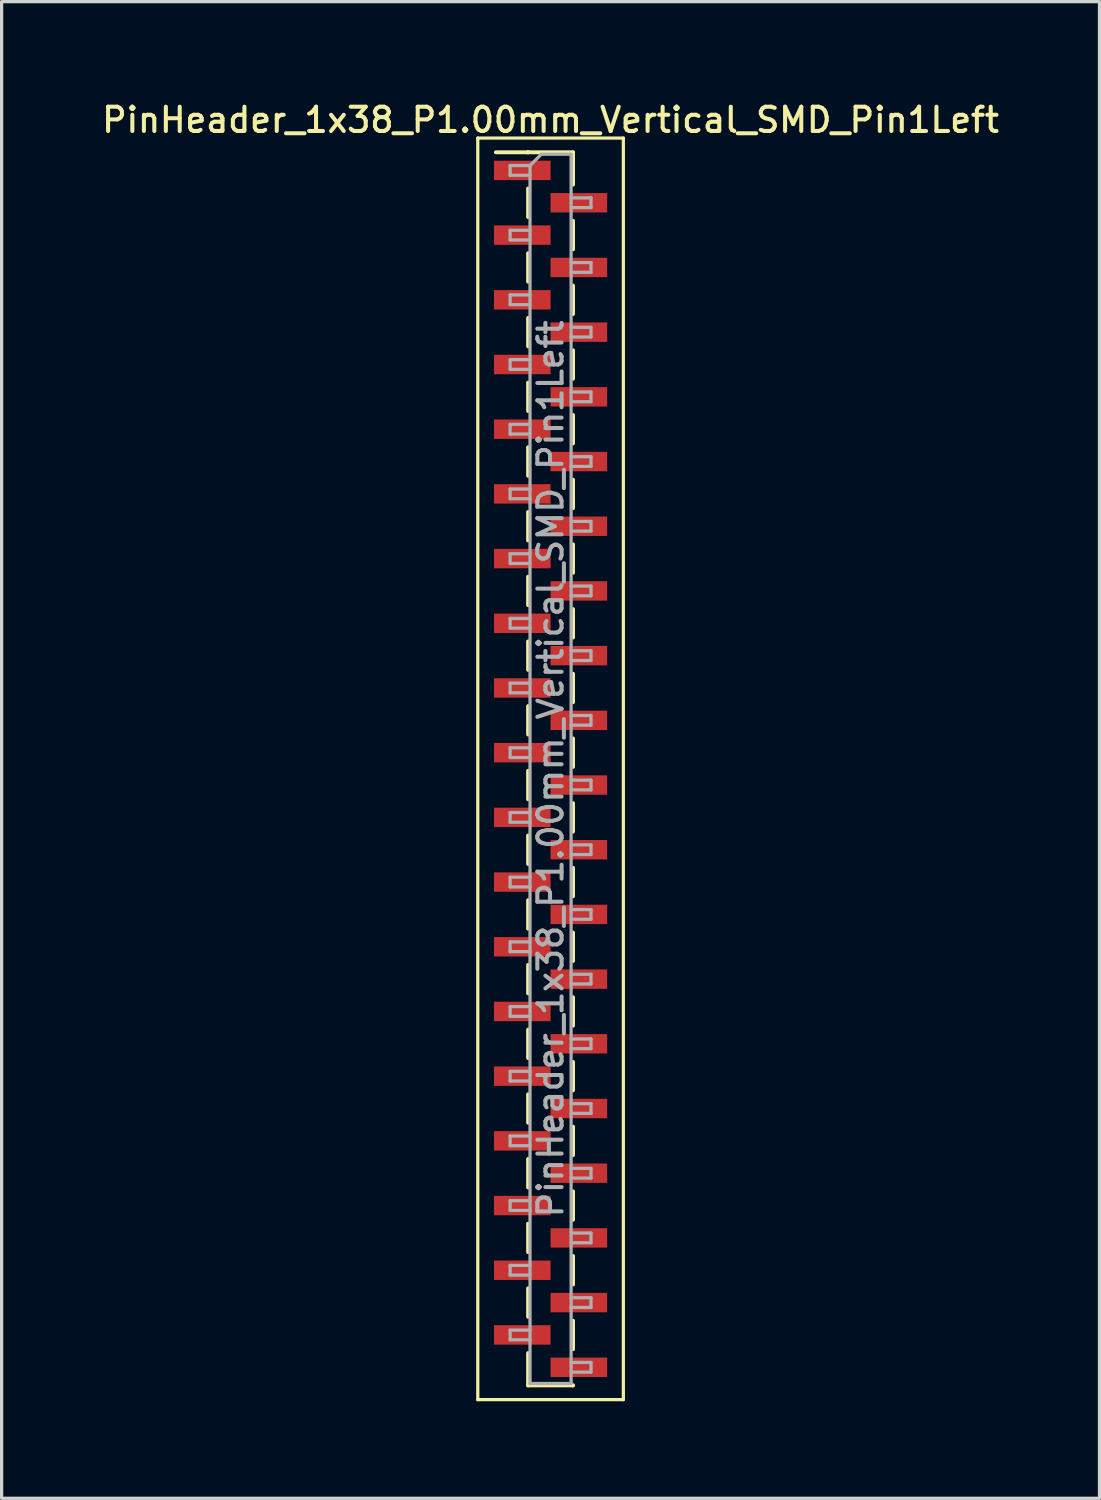
<source format=kicad_pcb>
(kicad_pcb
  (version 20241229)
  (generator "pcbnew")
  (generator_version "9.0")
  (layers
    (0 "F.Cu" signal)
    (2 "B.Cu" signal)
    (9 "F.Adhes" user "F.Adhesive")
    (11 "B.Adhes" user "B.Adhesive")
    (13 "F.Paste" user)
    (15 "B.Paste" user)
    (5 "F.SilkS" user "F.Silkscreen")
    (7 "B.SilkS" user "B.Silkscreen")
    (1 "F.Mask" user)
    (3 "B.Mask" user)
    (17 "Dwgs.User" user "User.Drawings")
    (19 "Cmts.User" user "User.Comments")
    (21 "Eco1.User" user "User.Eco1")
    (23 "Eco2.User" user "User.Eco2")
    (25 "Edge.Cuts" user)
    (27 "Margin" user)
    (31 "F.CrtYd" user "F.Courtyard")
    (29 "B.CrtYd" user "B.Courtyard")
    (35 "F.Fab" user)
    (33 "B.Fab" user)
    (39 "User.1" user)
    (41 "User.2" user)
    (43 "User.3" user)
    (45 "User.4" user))
  (footprint "PinHeader_1x38_P1.00mm_Vertical_SMD_Pin1Left"
    (layer "F.Cu")
    (at 13.97 20.718)
    (property "Reference" "PinHeader_1x38_P1.00mm_Vertical_SMD_Pin1Left" (at 0 -20.06 0) (layer "F.SilkS") (effects (font (size 0.75 0.75) (thickness 0.125))))
    (attr smd)
    (fp_line (start -2.25 -19.5) (end -2.25 19.5) (stroke (width 0.1) (type solid)) (layer "F.SilkS"))
    (fp_line (start -2.25 19.5) (end 2.25 19.5) (stroke (width 0.1) (type solid)) (layer "F.SilkS"))
    (fp_line (start -0.695 -19.06) (end -1.69 -19.06) (stroke (width 0.12) (type solid)) (layer "F.SilkS"))
    (fp_line (start -0.695 -19.06) (end -0.695 -19.06) (stroke (width 0.12) (type solid)) (layer "F.SilkS"))
    (fp_line (start -0.695 -19.06) (end 0.695 -19.06) (stroke (width 0.12) (type solid)) (layer "F.SilkS"))
    (fp_line (start -0.695 -17.94) (end -0.695 -17.06) (stroke (width 0.12) (type solid)) (layer "F.SilkS"))
    (fp_line (start -0.695 -15.94) (end -0.695 -15.06) (stroke (width 0.12) (type solid)) (layer "F.SilkS"))
    (fp_line (start -0.695 -13.94) (end -0.695 -13.06) (stroke (width 0.12) (type solid)) (layer "F.SilkS"))
    (fp_line (start -0.695 -11.94) (end -0.695 -11.06) (stroke (width 0.12) (type solid)) (layer "F.SilkS"))
    (fp_line (start -0.695 -9.94) (end -0.695 -9.06) (stroke (width 0.12) (type solid)) (layer "F.SilkS"))
    (fp_line (start -0.695 -7.94) (end -0.695 -7.06) (stroke (width 0.12) (type solid)) (layer "F.SilkS"))
    (fp_line (start -0.695 -5.94) (end -0.695 -5.06) (stroke (width 0.12) (type solid)) (layer "F.SilkS"))
    (fp_line (start -0.695 -3.94) (end -0.695 -3.06) (stroke (width 0.12) (type solid)) (layer "F.SilkS"))
    (fp_line (start -0.695 -1.94) (end -0.695 -1.06) (stroke (width 0.12) (type solid)) (layer "F.SilkS"))
    (fp_line (start -0.695 0.06) (end -0.695 0.94) (stroke (width 0.12) (type solid)) (layer "F.SilkS"))
    (fp_line (start -0.695 2.06) (end -0.695 2.94) (stroke (width 0.12) (type solid)) (layer "F.SilkS"))
    (fp_line (start -0.695 4.06) (end -0.695 4.94) (stroke (width 0.12) (type solid)) (layer "F.SilkS"))
    (fp_line (start -0.695 6.06) (end -0.695 6.94) (stroke (width 0.12) (type solid)) (layer "F.SilkS"))
    (fp_line (start -0.695 8.06) (end -0.695 8.94) (stroke (width 0.12) (type solid)) (layer "F.SilkS"))
    (fp_line (start -0.695 10.06) (end -0.695 10.94) (stroke (width 0.12) (type solid)) (layer "F.SilkS"))
    (fp_line (start -0.695 12.06) (end -0.695 12.94) (stroke (width 0.12) (type solid)) (layer "F.SilkS"))
    (fp_line (start -0.695 14.06) (end -0.695 14.94) (stroke (width 0.12) (type solid)) (layer "F.SilkS"))
    (fp_line (start -0.695 16.06) (end -0.695 16.94) (stroke (width 0.12) (type solid)) (layer "F.SilkS"))
    (fp_line (start -0.695 18.06) (end -0.695 19.06) (stroke (width 0.12) (type solid)) (layer "F.SilkS"))
    (fp_line (start -0.695 19.06) (end 0.695 19.06) (stroke (width 0.12) (type solid)) (layer "F.SilkS"))
    (fp_line (start 0.695 -19.06) (end 0.695 -18.06) (stroke (width 0.12) (type solid)) (layer "F.SilkS"))
    (fp_line (start 0.695 -16.94) (end 0.695 -16.06) (stroke (width 0.12) (type solid)) (layer "F.SilkS"))
    (fp_line (start 0.695 -14.94) (end 0.695 -14.06) (stroke (width 0.12) (type solid)) (layer "F.SilkS"))
    (fp_line (start 0.695 -12.94) (end 0.695 -12.06) (stroke (width 0.12) (type solid)) (layer "F.SilkS"))
    (fp_line (start 0.695 -10.94) (end 0.695 -10.06) (stroke (width 0.12) (type solid)) (layer "F.SilkS"))
    (fp_line (start 0.695 -8.94) (end 0.695 -8.06) (stroke (width 0.12) (type solid)) (layer "F.SilkS"))
    (fp_line (start 0.695 -6.94) (end 0.695 -6.06) (stroke (width 0.12) (type solid)) (layer "F.SilkS"))
    (fp_line (start 0.695 -4.94) (end 0.695 -4.06) (stroke (width 0.12) (type solid)) (layer "F.SilkS"))
    (fp_line (start 0.695 -2.94) (end 0.695 -2.06) (stroke (width 0.12) (type solid)) (layer "F.SilkS"))
    (fp_line (start 0.695 -0.94) (end 0.695 -0.06) (stroke (width 0.12) (type solid)) (layer "F.SilkS"))
    (fp_line (start 0.695 1.06) (end 0.695 1.94) (stroke (width 0.12) (type solid)) (layer "F.SilkS"))
    (fp_line (start 0.695 3.06) (end 0.695 3.94) (stroke (width 0.12) (type solid)) (layer "F.SilkS"))
    (fp_line (start 0.695 5.06) (end 0.695 5.94) (stroke (width 0.12) (type solid)) (layer "F.SilkS"))
    (fp_line (start 0.695 7.06) (end 0.695 7.94) (stroke (width 0.12) (type solid)) (layer "F.SilkS"))
    (fp_line (start 0.695 9.06) (end 0.695 9.94) (stroke (width 0.12) (type solid)) (layer "F.SilkS"))
    (fp_line (start 0.695 11.06) (end 0.695 11.94) (stroke (width 0.12) (type solid)) (layer "F.SilkS"))
    (fp_line (start 0.695 13.06) (end 0.695 13.94) (stroke (width 0.12) (type solid)) (layer "F.SilkS"))
    (fp_line (start 0.695 15.06) (end 0.695 15.94) (stroke (width 0.12) (type solid)) (layer "F.SilkS"))
    (fp_line (start 0.695 17.06) (end 0.695 17.94) (stroke (width 0.12) (type solid)) (layer "F.SilkS"))
    (fp_line (start 0.695 19.06) (end 0.695 19.06) (stroke (width 0.12) (type solid)) (layer "F.SilkS"))
    (fp_line (start 2.25 -19.5) (end -2.25 -19.5) (stroke (width 0.1) (type solid)) (layer "F.SilkS"))
    (fp_line (start 2.25 19.5) (end 2.25 -19.5) (stroke (width 0.1) (type solid)) (layer "F.SilkS"))
    (fp_line (start -1.25 -18.65) (end -1.25 -18.35) (stroke (width 0.1) (type solid)) (layer "F.Fab"))
    (fp_line (start -1.25 -18.35) (end -0.635 -18.35) (stroke (width 0.1) (type solid)) (layer "F.Fab"))
    (fp_line (start -1.25 -16.65) (end -1.25 -16.35) (stroke (width 0.1) (type solid)) (layer "F.Fab"))
    (fp_line (start -1.25 -16.35) (end -0.635 -16.35) (stroke (width 0.1) (type solid)) (layer "F.Fab"))
    (fp_line (start -1.25 -14.65) (end -1.25 -14.35) (stroke (width 0.1) (type solid)) (layer "F.Fab"))
    (fp_line (start -1.25 -14.35) (end -0.635 -14.35) (stroke (width 0.1) (type solid)) (layer "F.Fab"))
    (fp_line (start -1.25 -12.65) (end -1.25 -12.35) (stroke (width 0.1) (type solid)) (layer "F.Fab"))
    (fp_line (start -1.25 -12.35) (end -0.635 -12.35) (stroke (width 0.1) (type solid)) (layer "F.Fab"))
    (fp_line (start -1.25 -10.65) (end -1.25 -10.35) (stroke (width 0.1) (type solid)) (layer "F.Fab"))
    (fp_line (start -1.25 -10.35) (end -0.635 -10.35) (stroke (width 0.1) (type solid)) (layer "F.Fab"))
    (fp_line (start -1.25 -8.65) (end -1.25 -8.35) (stroke (width 0.1) (type solid)) (layer "F.Fab"))
    (fp_line (start -1.25 -8.35) (end -0.635 -8.35) (stroke (width 0.1) (type solid)) (layer "F.Fab"))
    (fp_line (start -1.25 -6.65) (end -1.25 -6.35) (stroke (width 0.1) (type solid)) (layer "F.Fab"))
    (fp_line (start -1.25 -6.35) (end -0.635 -6.35) (stroke (width 0.1) (type solid)) (layer "F.Fab"))
    (fp_line (start -1.25 -4.65) (end -1.25 -4.35) (stroke (width 0.1) (type solid)) (layer "F.Fab"))
    (fp_line (start -1.25 -4.35) (end -0.635 -4.35) (stroke (width 0.1) (type solid)) (layer "F.Fab"))
    (fp_line (start -1.25 -2.65) (end -1.25 -2.35) (stroke (width 0.1) (type solid)) (layer "F.Fab"))
    (fp_line (start -1.25 -2.35) (end -0.635 -2.35) (stroke (width 0.1) (type solid)) (layer "F.Fab"))
    (fp_line (start -1.25 -0.65) (end -1.25 -0.35) (stroke (width 0.1) (type solid)) (layer "F.Fab"))
    (fp_line (start -1.25 -0.35) (end -0.635 -0.35) (stroke (width 0.1) (type solid)) (layer "F.Fab"))
    (fp_line (start -1.25 1.35) (end -1.25 1.65) (stroke (width 0.1) (type solid)) (layer "F.Fab"))
    (fp_line (start -1.25 1.65) (end -0.635 1.65) (stroke (width 0.1) (type solid)) (layer "F.Fab"))
    (fp_line (start -1.25 3.35) (end -1.25 3.65) (stroke (width 0.1) (type solid)) (layer "F.Fab"))
    (fp_line (start -1.25 3.65) (end -0.635 3.65) (stroke (width 0.1) (type solid)) (layer "F.Fab"))
    (fp_line (start -1.25 5.35) (end -1.25 5.65) (stroke (width 0.1) (type solid)) (layer "F.Fab"))
    (fp_line (start -1.25 5.65) (end -0.635 5.65) (stroke (width 0.1) (type solid)) (layer "F.Fab"))
    (fp_line (start -1.25 7.35) (end -1.25 7.65) (stroke (width 0.1) (type solid)) (layer "F.Fab"))
    (fp_line (start -1.25 7.65) (end -0.635 7.65) (stroke (width 0.1) (type solid)) (layer "F.Fab"))
    (fp_line (start -1.25 9.35) (end -1.25 9.65) (stroke (width 0.1) (type solid)) (layer "F.Fab"))
    (fp_line (start -1.25 9.65) (end -0.635 9.65) (stroke (width 0.1) (type solid)) (layer "F.Fab"))
    (fp_line (start -1.25 11.35) (end -1.25 11.65) (stroke (width 0.1) (type solid)) (layer "F.Fab"))
    (fp_line (start -1.25 11.65) (end -0.635 11.65) (stroke (width 0.1) (type solid)) (layer "F.Fab"))
    (fp_line (start -1.25 13.35) (end -1.25 13.65) (stroke (width 0.1) (type solid)) (layer "F.Fab"))
    (fp_line (start -1.25 13.65) (end -0.635 13.65) (stroke (width 0.1) (type solid)) (layer "F.Fab"))
    (fp_line (start -1.25 15.35) (end -1.25 15.65) (stroke (width 0.1) (type solid)) (layer "F.Fab"))
    (fp_line (start -1.25 15.65) (end -0.635 15.65) (stroke (width 0.1) (type solid)) (layer "F.Fab"))
    (fp_line (start -1.25 17.35) (end -1.25 17.65) (stroke (width 0.1) (type solid)) (layer "F.Fab"))
    (fp_line (start -1.25 17.65) (end -0.635 17.65) (stroke (width 0.1) (type solid)) (layer "F.Fab"))
    (fp_line (start -0.635 -18.65) (end -1.25 -18.65) (stroke (width 0.1) (type solid)) (layer "F.Fab"))
    (fp_line (start -0.635 -18.65) (end -0.285 -19) (stroke (width 0.1) (type solid)) (layer "F.Fab"))
    (fp_line (start -0.635 -16.65) (end -1.25 -16.65) (stroke (width 0.1) (type solid)) (layer "F.Fab"))
    (fp_line (start -0.635 -14.65) (end -1.25 -14.65) (stroke (width 0.1) (type solid)) (layer "F.Fab"))
    (fp_line (start -0.635 -12.65) (end -1.25 -12.65) (stroke (width 0.1) (type solid)) (layer "F.Fab"))
    (fp_line (start -0.635 -10.65) (end -1.25 -10.65) (stroke (width 0.1) (type solid)) (layer "F.Fab"))
    (fp_line (start -0.635 -8.65) (end -1.25 -8.65) (stroke (width 0.1) (type solid)) (layer "F.Fab"))
    (fp_line (start -0.635 -6.65) (end -1.25 -6.65) (stroke (width 0.1) (type solid)) (layer "F.Fab"))
    (fp_line (start -0.635 -4.65) (end -1.25 -4.65) (stroke (width 0.1) (type solid)) (layer "F.Fab"))
    (fp_line (start -0.635 -2.65) (end -1.25 -2.65) (stroke (width 0.1) (type solid)) (layer "F.Fab"))
    (fp_line (start -0.635 -0.65) (end -1.25 -0.65) (stroke (width 0.1) (type solid)) (layer "F.Fab"))
    (fp_line (start -0.635 1.35) (end -1.25 1.35) (stroke (width 0.1) (type solid)) (layer "F.Fab"))
    (fp_line (start -0.635 3.35) (end -1.25 3.35) (stroke (width 0.1) (type solid)) (layer "F.Fab"))
    (fp_line (start -0.635 5.35) (end -1.25 5.35) (stroke (width 0.1) (type solid)) (layer "F.Fab"))
    (fp_line (start -0.635 7.35) (end -1.25 7.35) (stroke (width 0.1) (type solid)) (layer "F.Fab"))
    (fp_line (start -0.635 9.35) (end -1.25 9.35) (stroke (width 0.1) (type solid)) (layer "F.Fab"))
    (fp_line (start -0.635 11.35) (end -1.25 11.35) (stroke (width 0.1) (type solid)) (layer "F.Fab"))
    (fp_line (start -0.635 13.35) (end -1.25 13.35) (stroke (width 0.1) (type solid)) (layer "F.Fab"))
    (fp_line (start -0.635 15.35) (end -1.25 15.35) (stroke (width 0.1) (type solid)) (layer "F.Fab"))
    (fp_line (start -0.635 17.35) (end -1.25 17.35) (stroke (width 0.1) (type solid)) (layer "F.Fab"))
    (fp_line (start -0.635 19) (end -0.635 -18.65) (stroke (width 0.1) (type solid)) (layer "F.Fab"))
    (fp_line (start -0.285 -19) (end 0.635 -19) (stroke (width 0.1) (type solid)) (layer "F.Fab"))
    (fp_line (start 0.635 -19) (end 0.635 19) (stroke (width 0.1) (type solid)) (layer "F.Fab"))
    (fp_line (start 0.635 -17.65) (end 1.25 -17.65) (stroke (width 0.1) (type solid)) (layer "F.Fab"))
    (fp_line (start 0.635 -15.65) (end 1.25 -15.65) (stroke (width 0.1) (type solid)) (layer "F.Fab"))
    (fp_line (start 0.635 -13.65) (end 1.25 -13.65) (stroke (width 0.1) (type solid)) (layer "F.Fab"))
    (fp_line (start 0.635 -11.65) (end 1.25 -11.65) (stroke (width 0.1) (type solid)) (layer "F.Fab"))
    (fp_line (start 0.635 -9.65) (end 1.25 -9.65) (stroke (width 0.1) (type solid)) (layer "F.Fab"))
    (fp_line (start 0.635 -7.65) (end 1.25 -7.65) (stroke (width 0.1) (type solid)) (layer "F.Fab"))
    (fp_line (start 0.635 -5.65) (end 1.25 -5.65) (stroke (width 0.1) (type solid)) (layer "F.Fab"))
    (fp_line (start 0.635 -3.65) (end 1.25 -3.65) (stroke (width 0.1) (type solid)) (layer "F.Fab"))
    (fp_line (start 0.635 -1.65) (end 1.25 -1.65) (stroke (width 0.1) (type solid)) (layer "F.Fab"))
    (fp_line (start 0.635 0.35) (end 1.25 0.35) (stroke (width 0.1) (type solid)) (layer "F.Fab"))
    (fp_line (start 0.635 2.35) (end 1.25 2.35) (stroke (width 0.1) (type solid)) (layer "F.Fab"))
    (fp_line (start 0.635 4.35) (end 1.25 4.35) (stroke (width 0.1) (type solid)) (layer "F.Fab"))
    (fp_line (start 0.635 6.35) (end 1.25 6.35) (stroke (width 0.1) (type solid)) (layer "F.Fab"))
    (fp_line (start 0.635 8.35) (end 1.25 8.35) (stroke (width 0.1) (type solid)) (layer "F.Fab"))
    (fp_line (start 0.635 10.35) (end 1.25 10.35) (stroke (width 0.1) (type solid)) (layer "F.Fab"))
    (fp_line (start 0.635 12.35) (end 1.25 12.35) (stroke (width 0.1) (type solid)) (layer "F.Fab"))
    (fp_line (start 0.635 14.35) (end 1.25 14.35) (stroke (width 0.1) (type solid)) (layer "F.Fab"))
    (fp_line (start 0.635 16.35) (end 1.25 16.35) (stroke (width 0.1) (type solid)) (layer "F.Fab"))
    (fp_line (start 0.635 18.35) (end 1.25 18.35) (stroke (width 0.1) (type solid)) (layer "F.Fab"))
    (fp_line (start 0.635 19) (end -0.635 19) (stroke (width 0.1) (type solid)) (layer "F.Fab"))
    (fp_line (start 1.25 -17.65) (end 1.25 -17.35) (stroke (width 0.1) (type solid)) (layer "F.Fab"))
    (fp_line (start 1.25 -17.35) (end 0.635 -17.35) (stroke (width 0.1) (type solid)) (layer "F.Fab"))
    (fp_line (start 1.25 -15.65) (end 1.25 -15.35) (stroke (width 0.1) (type solid)) (layer "F.Fab"))
    (fp_line (start 1.25 -15.35) (end 0.635 -15.35) (stroke (width 0.1) (type solid)) (layer "F.Fab"))
    (fp_line (start 1.25 -13.65) (end 1.25 -13.35) (stroke (width 0.1) (type solid)) (layer "F.Fab"))
    (fp_line (start 1.25 -13.35) (end 0.635 -13.35) (stroke (width 0.1) (type solid)) (layer "F.Fab"))
    (fp_line (start 1.25 -11.65) (end 1.25 -11.35) (stroke (width 0.1) (type solid)) (layer "F.Fab"))
    (fp_line (start 1.25 -11.35) (end 0.635 -11.35) (stroke (width 0.1) (type solid)) (layer "F.Fab"))
    (fp_line (start 1.25 -9.65) (end 1.25 -9.35) (stroke (width 0.1) (type solid)) (layer "F.Fab"))
    (fp_line (start 1.25 -9.35) (end 0.635 -9.35) (stroke (width 0.1) (type solid)) (layer "F.Fab"))
    (fp_line (start 1.25 -7.65) (end 1.25 -7.35) (stroke (width 0.1) (type solid)) (layer "F.Fab"))
    (fp_line (start 1.25 -7.35) (end 0.635 -7.35) (stroke (width 0.1) (type solid)) (layer "F.Fab"))
    (fp_line (start 1.25 -5.65) (end 1.25 -5.35) (stroke (width 0.1) (type solid)) (layer "F.Fab"))
    (fp_line (start 1.25 -5.35) (end 0.635 -5.35) (stroke (width 0.1) (type solid)) (layer "F.Fab"))
    (fp_line (start 1.25 -3.65) (end 1.25 -3.35) (stroke (width 0.1) (type solid)) (layer "F.Fab"))
    (fp_line (start 1.25 -3.35) (end 0.635 -3.35) (stroke (width 0.1) (type solid)) (layer "F.Fab"))
    (fp_line (start 1.25 -1.65) (end 1.25 -1.35) (stroke (width 0.1) (type solid)) (layer "F.Fab"))
    (fp_line (start 1.25 -1.35) (end 0.635 -1.35) (stroke (width 0.1) (type solid)) (layer "F.Fab"))
    (fp_line (start 1.25 0.35) (end 1.25 0.65) (stroke (width 0.1) (type solid)) (layer "F.Fab"))
    (fp_line (start 1.25 0.65) (end 0.635 0.65) (stroke (width 0.1) (type solid)) (layer "F.Fab"))
    (fp_line (start 1.25 2.35) (end 1.25 2.65) (stroke (width 0.1) (type solid)) (layer "F.Fab"))
    (fp_line (start 1.25 2.65) (end 0.635 2.65) (stroke (width 0.1) (type solid)) (layer "F.Fab"))
    (fp_line (start 1.25 4.35) (end 1.25 4.65) (stroke (width 0.1) (type solid)) (layer "F.Fab"))
    (fp_line (start 1.25 4.65) (end 0.635 4.65) (stroke (width 0.1) (type solid)) (layer "F.Fab"))
    (fp_line (start 1.25 6.35) (end 1.25 6.65) (stroke (width 0.1) (type solid)) (layer "F.Fab"))
    (fp_line (start 1.25 6.65) (end 0.635 6.65) (stroke (width 0.1) (type solid)) (layer "F.Fab"))
    (fp_line (start 1.25 8.35) (end 1.25 8.65) (stroke (width 0.1) (type solid)) (layer "F.Fab"))
    (fp_line (start 1.25 8.65) (end 0.635 8.65) (stroke (width 0.1) (type solid)) (layer "F.Fab"))
    (fp_line (start 1.25 10.35) (end 1.25 10.65) (stroke (width 0.1) (type solid)) (layer "F.Fab"))
    (fp_line (start 1.25 10.65) (end 0.635 10.65) (stroke (width 0.1) (type solid)) (layer "F.Fab"))
    (fp_line (start 1.25 12.35) (end 1.25 12.65) (stroke (width 0.1) (type solid)) (layer "F.Fab"))
    (fp_line (start 1.25 12.65) (end 0.635 12.65) (stroke (width 0.1) (type solid)) (layer "F.Fab"))
    (fp_line (start 1.25 14.35) (end 1.25 14.65) (stroke (width 0.1) (type solid)) (layer "F.Fab"))
    (fp_line (start 1.25 14.65) (end 0.635 14.65) (stroke (width 0.1) (type solid)) (layer "F.Fab"))
    (fp_line (start 1.25 16.35) (end 1.25 16.65) (stroke (width 0.1) (type solid)) (layer "F.Fab"))
    (fp_line (start 1.25 16.65) (end 0.635 16.65) (stroke (width 0.1) (type solid)) (layer "F.Fab"))
    (fp_line (start 1.25 18.35) (end 1.25 18.65) (stroke (width 0.1) (type solid)) (layer "F.Fab"))
    (fp_line (start 1.25 18.65) (end 0.635 18.65) (stroke (width 0.1) (type solid)) (layer "F.Fab"))
    (fp_text user "${REFERENCE}" (at 0 0 90) (layer "F.Fab") (effects (font (size 0.75 0.75) (thickness 0.125))))
    (pad "1" smd rect (at -0.875 -18.5) (size 1.75 0.6) (layers "F.Cu" "F.Mask" "F.Paste"))
    (pad "2" smd rect (at 0.875 -17.5) (size 1.75 0.6) (layers "F.Cu" "F.Mask" "F.Paste"))
    (pad "3" smd rect (at -0.875 -16.5) (size 1.75 0.6) (layers "F.Cu" "F.Mask" "F.Paste"))
    (pad "4" smd rect (at 0.875 -15.5) (size 1.75 0.6) (layers "F.Cu" "F.Mask" "F.Paste"))
    (pad "5" smd rect (at -0.875 -14.5) (size 1.75 0.6) (layers "F.Cu" "F.Mask" "F.Paste"))
    (pad "6" smd rect (at 0.875 -13.5) (size 1.75 0.6) (layers "F.Cu" "F.Mask" "F.Paste"))
    (pad "7" smd rect (at -0.875 -12.5) (size 1.75 0.6) (layers "F.Cu" "F.Mask" "F.Paste"))
    (pad "8" smd rect (at 0.875 -11.5) (size 1.75 0.6) (layers "F.Cu" "F.Mask" "F.Paste"))
    (pad "9" smd rect (at -0.875 -10.5) (size 1.75 0.6) (layers "F.Cu" "F.Mask" "F.Paste"))
    (pad "10" smd rect (at 0.875 -9.5) (size 1.75 0.6) (layers "F.Cu" "F.Mask" "F.Paste"))
    (pad "11" smd rect (at -0.875 -8.5) (size 1.75 0.6) (layers "F.Cu" "F.Mask" "F.Paste"))
    (pad "12" smd rect (at 0.875 -7.5) (size 1.75 0.6) (layers "F.Cu" "F.Mask" "F.Paste"))
    (pad "13" smd rect (at -0.875 -6.5) (size 1.75 0.6) (layers "F.Cu" "F.Mask" "F.Paste"))
    (pad "14" smd rect (at 0.875 -5.5) (size 1.75 0.6) (layers "F.Cu" "F.Mask" "F.Paste"))
    (pad "15" smd rect (at -0.875 -4.5) (size 1.75 0.6) (layers "F.Cu" "F.Mask" "F.Paste"))
    (pad "16" smd rect (at 0.875 -3.5) (size 1.75 0.6) (layers "F.Cu" "F.Mask" "F.Paste"))
    (pad "17" smd rect (at -0.875 -2.5) (size 1.75 0.6) (layers "F.Cu" "F.Mask" "F.Paste"))
    (pad "18" smd rect (at 0.875 -1.5) (size 1.75 0.6) (layers "F.Cu" "F.Mask" "F.Paste"))
    (pad "19" smd rect (at -0.875 -0.5) (size 1.75 0.6) (layers "F.Cu" "F.Mask" "F.Paste"))
    (pad "20" smd rect (at 0.875 0.5) (size 1.75 0.6) (layers "F.Cu" "F.Mask" "F.Paste"))
    (pad "21" smd rect (at -0.875 1.5) (size 1.75 0.6) (layers "F.Cu" "F.Mask" "F.Paste"))
    (pad "22" smd rect (at 0.875 2.5) (size 1.75 0.6) (layers "F.Cu" "F.Mask" "F.Paste"))
    (pad "23" smd rect (at -0.875 3.5) (size 1.75 0.6) (layers "F.Cu" "F.Mask" "F.Paste"))
    (pad "24" smd rect (at 0.875 4.5) (size 1.75 0.6) (layers "F.Cu" "F.Mask" "F.Paste"))
    (pad "25" smd rect (at -0.875 5.5) (size 1.75 0.6) (layers "F.Cu" "F.Mask" "F.Paste"))
    (pad "26" smd rect (at 0.875 6.5) (size 1.75 0.6) (layers "F.Cu" "F.Mask" "F.Paste"))
    (pad "27" smd rect (at -0.875 7.5) (size 1.75 0.6) (layers "F.Cu" "F.Mask" "F.Paste"))
    (pad "28" smd rect (at 0.875 8.5) (size 1.75 0.6) (layers "F.Cu" "F.Mask" "F.Paste"))
    (pad "29" smd rect (at -0.875 9.5) (size 1.75 0.6) (layers "F.Cu" "F.Mask" "F.Paste"))
    (pad "30" smd rect (at 0.875 10.5) (size 1.75 0.6) (layers "F.Cu" "F.Mask" "F.Paste"))
    (pad "31" smd rect (at -0.875 11.5) (size 1.75 0.6) (layers "F.Cu" "F.Mask" "F.Paste"))
    (pad "32" smd rect (at 0.875 12.5) (size 1.75 0.6) (layers "F.Cu" "F.Mask" "F.Paste"))
    (pad "33" smd rect (at -0.875 13.5) (size 1.75 0.6) (layers "F.Cu" "F.Mask" "F.Paste"))
    (pad "34" smd rect (at 0.875 14.5) (size 1.75 0.6) (layers "F.Cu" "F.Mask" "F.Paste"))
    (pad "35" smd rect (at -0.875 15.5) (size 1.75 0.6) (layers "F.Cu" "F.Mask" "F.Paste"))
    (pad "36" smd rect (at 0.875 16.5) (size 1.75 0.6) (layers "F.Cu" "F.Mask" "F.Paste"))
    (pad "37" smd rect (at -0.875 17.5) (size 1.75 0.6) (layers "F.Cu" "F.Mask" "F.Paste"))
    (pad "38" smd rect (at 0.875 18.5) (size 1.75 0.6) (layers "F.Cu" "F.Mask" "F.Paste")))
  (gr_rect
    (start -3 -3)
    (end 30.939 43.268)
    (stroke (width 0.1) (type default))
    (fill no)
    (layer "Edge.Cuts")))
</source>
